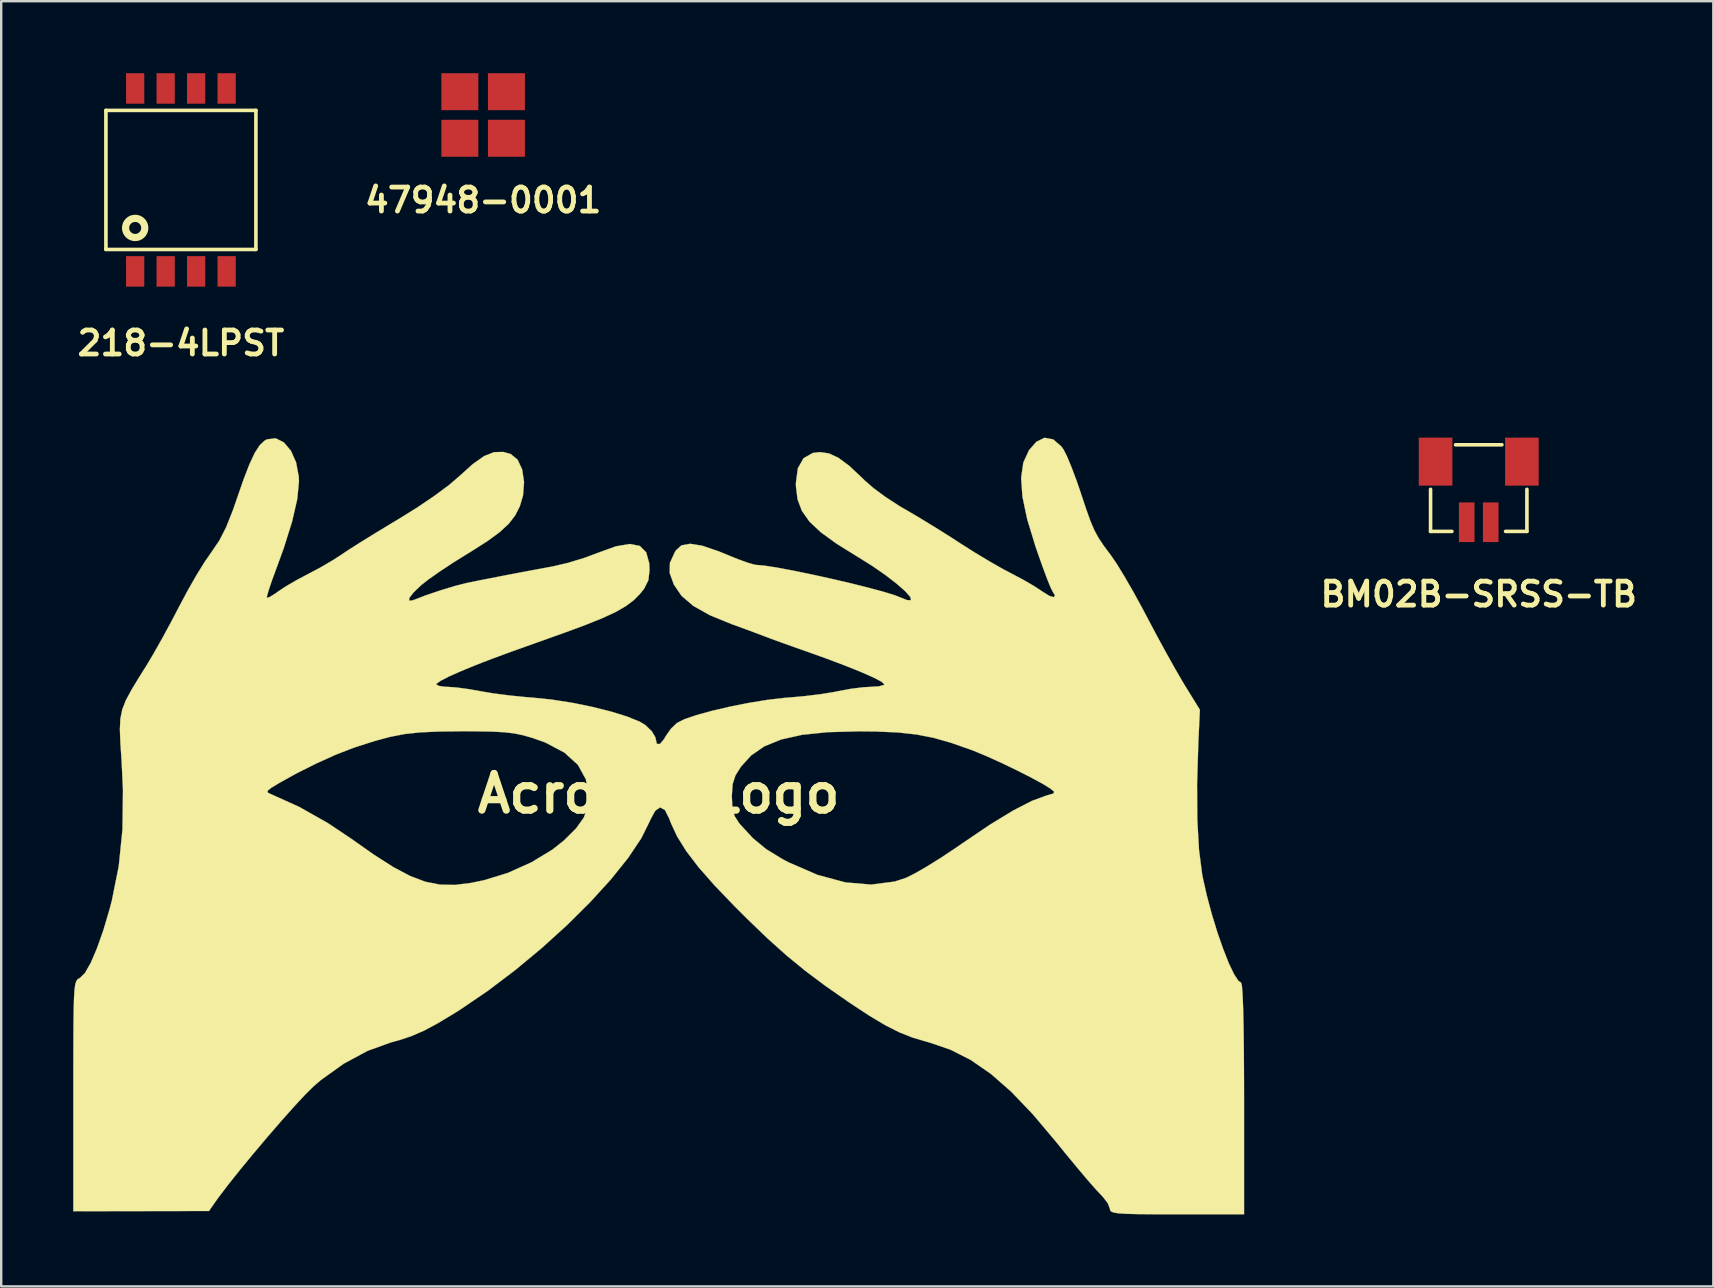
<source format=kicad_pcb>
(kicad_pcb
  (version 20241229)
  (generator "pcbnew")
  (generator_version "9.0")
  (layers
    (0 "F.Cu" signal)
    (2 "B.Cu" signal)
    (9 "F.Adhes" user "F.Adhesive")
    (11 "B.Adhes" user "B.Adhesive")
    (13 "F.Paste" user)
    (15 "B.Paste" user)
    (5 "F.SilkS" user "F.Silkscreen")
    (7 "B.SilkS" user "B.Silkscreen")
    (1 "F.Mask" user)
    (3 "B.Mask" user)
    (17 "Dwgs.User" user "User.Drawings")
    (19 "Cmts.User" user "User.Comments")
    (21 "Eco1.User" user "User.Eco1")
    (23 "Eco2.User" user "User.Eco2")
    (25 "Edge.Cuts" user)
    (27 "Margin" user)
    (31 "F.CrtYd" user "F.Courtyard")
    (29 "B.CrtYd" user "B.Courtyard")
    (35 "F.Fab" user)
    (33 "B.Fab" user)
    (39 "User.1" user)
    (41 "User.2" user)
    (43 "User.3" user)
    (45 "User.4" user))
  (footprint "BM02B-SRSS-TB"
    (layer "F.Cu")
    (at 58.549 18.705)
    (property "Reference" "BM02B-SRSS-TB" (at 0 3 0) (layer "F.SilkS") (effects (font (size 1 1) (thickness 0.2))))
    (attr through_hole)
    (fp_line (start -2.007 0.381) (end -2.007 -1.372) (stroke (width 0.15) (type solid)) (layer "F.SilkS"))
    (fp_line (start -2.007 0.381) (end -1.118 0.381) (stroke (width 0.15) (type solid)) (layer "F.SilkS"))
    (fp_line (start -0.965 -3.226) (end 0.965 -3.226) (stroke (width 0.15) (type solid)) (layer "F.SilkS"))
    (fp_line (start 2.007 0.381) (end 1.118 0.381) (stroke (width 0.15) (type solid)) (layer "F.SilkS"))
    (fp_line (start 2.007 0.381) (end 2.007 -1.372) (stroke (width 0.15) (type solid)) (layer "F.SilkS"))
    (pad "" smd rect (at -1.798 -2.525) (size 1.4 1.999) (layers "F.Cu" "F.Mask" "F.Paste"))
    (pad "" smd rect (at 1.798 -2.525) (size 1.4 1.999) (layers "F.Cu" "F.Mask" "F.Paste"))
    (pad "1" smd rect (at -0.5 0) (size 0.65 1.651) (layers "F.Cu" "F.Mask" "F.Paste"))
    (pad "2" smd rect (at 0.5 0) (size 0.65 1.651) (layers "F.Cu" "F.Mask" "F.Paste")))
  (footprint "218-4LPST"
    (layer "F.Cu")
    (at 4.486 4.445)
    (property "Reference" "218-4LPST" (at 0 6.8 0) (layer "F.SilkS") (effects (font (size 1 1) (thickness 0.2))))
    (attr through_hole)
    (fp_line (start -3.124 -2.896) (end 3.124 -2.896) (stroke (width 0.15) (type solid)) (layer "F.SilkS"))
    (fp_line (start -3.124 2.896) (end -3.124 -2.896) (stroke (width 0.15) (type solid)) (layer "F.SilkS"))
    (fp_line (start 3.124 -2.896) (end 3.124 2.896) (stroke (width 0.15) (type solid)) (layer "F.SilkS"))
    (fp_line (start 3.124 2.896) (end -3.124 2.896) (stroke (width 0.15) (type solid)) (layer "F.SilkS"))
    (fp_circle (center -1.905 2) (end -1.905 1.6) (stroke (width 0.3) (type solid)) (fill no) (layer "F.SilkS"))
    (pad "1" smd rect (at -1.905 3.81) (size 0.759 1.27) (layers "F.Cu" "F.Mask" "F.Paste"))
    (pad "2" smd rect (at -0.635 3.81) (size 0.759 1.27) (layers "F.Cu" "F.Mask" "F.Paste"))
    (pad "3" smd rect (at 0.635 3.81) (size 0.759 1.27) (layers "F.Cu" "F.Mask" "F.Paste"))
    (pad "4" smd rect (at 1.905 3.81) (size 0.759 1.27) (layers "F.Cu" "F.Mask" "F.Paste"))
    (pad "5" smd rect (at 1.905 -3.81) (size 0.759 1.27) (layers "F.Cu" "F.Mask" "F.Paste"))
    (pad "6" smd rect (at 0.635 -3.81) (size 0.759 1.27) (layers "F.Cu" "F.Mask" "F.Paste"))
    (pad "7" smd rect (at -0.635 -3.81) (size 0.759 1.27) (layers "F.Cu" "F.Mask" "F.Paste"))
    (pad "8" smd rect (at -1.905 -3.81) (size 0.759 1.27) (layers "F.Cu" "F.Mask" "F.Paste")))
  (footprint "47948-0001"
    (layer "F.Cu")
    (at 17.076 1.74)
    (property "Reference" "47948-0001" (at 0 3.55 0) (layer "F.SilkS") (effects (font (size 1 1) (thickness 0.2))))
    (attr through_hole)
    (pad "1" smd rect (at 0.97 0.97) (size 1.54 1.54) (layers "F.Cu" "F.Mask" "F.Paste"))
    (pad "2" smd rect (at 0.97 -0.97) (size 1.54 1.54) (layers "F.Cu" "F.Mask" "F.Paste"))
    (pad "3" smd rect (at -0.97 -0.97) (size 1.54 1.54) (layers "F.Cu" "F.Mask" "F.Paste"))
    (pad "4" smd rect (at -0.97 0.97) (size 1.54 1.54) (layers "F.Cu" "F.Mask" "F.Paste")))
  (footprint "Acronet_Logo"
    (layer "F.Cu")
    (at 24.389 30.007)
    (property "Reference" "Acronet_Logo" (at 0 0 0) (layer "F.SilkS") (effects (font (size 1.524 1.524) (thickness 0.3))))
    (attr through_hole)
    (fp_poly (pts (xy 16.433 -14.754) (xy 16.772 -14.462) (xy 16.874 -14.315) (xy 17.02 -14.022) (xy 17.212 -13.556) (xy 17.423 -12.99) (xy 17.576 -12.541) (xy 17.804 -11.857) (xy 17.984 -11.354) (xy 18.147 -10.972) (xy 18.322 -10.649) (xy 18.538 -10.326) (xy 18.825 -9.941) (xy 18.841 -9.92) (xy 19.083 -9.565) (xy 19.404 -9.041) (xy 19.769 -8.408) (xy 20.145 -7.722) (xy 20.326 -7.38) (xy 20.709 -6.655) (xy 21.11 -5.917) (xy 21.491 -5.235) (xy 21.812 -4.681) (xy 21.916 -4.508) (xy 22.543 -3.493) (xy 22.479 -2.095) (xy 22.427 -0.391) (xy 22.437 1.094) (xy 22.508 2.349) (xy 22.639 3.366) (xy 22.663 3.493) (xy 22.832 4.245) (xy 23.039 5.018) (xy 23.27 5.772) (xy 23.511 6.466) (xy 23.747 7.063) (xy 23.965 7.521) (xy 24.149 7.803) (xy 24.26 7.874) (xy 24.294 7.999) (xy 24.323 8.368) (xy 24.347 8.971) (xy 24.365 9.797) (xy 24.377 10.837) (xy 24.383 12.079) (xy 24.384 12.7) (xy 24.384 17.526) (xy 21.59 17.526) (xy 20.678 17.525) (xy 19.988 17.519) (xy 19.491 17.507) (xy 19.154 17.486) (xy 18.948 17.453) (xy 18.84 17.406) (xy 18.8 17.342) (xy 18.796 17.296) (xy 18.709 17.069) (xy 18.49 16.782) (xy 18.402 16.693) (xy 18.195 16.473) (xy 17.864 16.094) (xy 17.444 15.597) (xy 16.969 15.022) (xy 16.547 14.501) (xy 15.58 13.355) (xy 14.686 12.42) (xy 13.836 11.676) (xy 13.003 11.1) (xy 12.159 10.671) (xy 11.276 10.368) (xy 11.162 10.338) (xy 10.58 10.166) (xy 10.023 9.946) (xy 9.437 9.649) (xy 8.766 9.248) (xy 7.955 8.715) (xy 7.937 8.702) (xy 6.968 8.028) (xy 6.12 7.394) (xy 5.331 6.749) (xy 4.539 6.04) (xy 3.682 5.215) (xy 3.175 4.709) (xy 2.327 3.826) (xy 1.658 3.065) (xy 1.146 2.395) (xy 0.767 1.786) (xy 0.499 1.206) (xy 0.442 1.05) (xy 0.261 0.687) (xy 0.062 0.576) (xy -0.146 0.714) (xy -0.353 1.102) (xy -0.372 1.15) (xy -0.727 1.866) (xy -1.275 2.683) (xy -1.99 3.574) (xy -2.845 4.513) (xy -3.812 5.474) (xy -4.864 6.429) (xy -5.976 7.353) (xy -7.121 8.219) (xy -8.27 9.001) (xy -8.526 9.162) (xy -9.215 9.576) (xy -9.775 9.876) (xy -10.283 10.097) (xy -10.817 10.274) (xy -11.164 10.369) (xy -12.128 10.718) (xy -13.122 11.253) (xy -14.07 11.932) (xy -14.381 12.199) (xy -14.713 12.527) (xy -15.165 13.013) (xy -15.7 13.613) (xy -16.281 14.284) (xy -16.871 14.983) (xy -17.434 15.666) (xy -17.933 16.292) (xy -18.331 16.816) (xy -18.479 17.022) (xy -18.733 17.389) (xy -21.558 17.394) (xy -24.384 17.399) (xy -24.384 12.603) (xy -24.384 11.374) (xy -24.382 10.375) (xy -24.378 9.581) (xy -24.369 8.967) (xy -24.355 8.509) (xy -24.335 8.183) (xy -24.306 7.964) (xy -24.267 7.827) (xy -24.218 7.749) (xy -24.156 7.704) (xy -24.11 7.682) (xy -23.902 7.477) (xy -23.661 7.056) (xy -23.401 6.45) (xy -23.134 5.694) (xy -22.875 4.819) (xy -22.781 4.461) (xy -22.492 3.023) (xy -22.338 1.501) (xy -22.317 -0.114) (xy -16.296 -0.114) (xy -16.279 -0.036) (xy -16.122 0.038) (xy -16.118 0.039) (xy -14.97 0.558) (xy -13.777 1.232) (xy -12.817 1.875) (xy -11.86 2.548) (xy -11.052 3.064) (xy -10.351 3.435) (xy -9.718 3.674) (xy -9.113 3.793) (xy -8.496 3.806) (xy -7.825 3.723) (xy -7.279 3.611) (xy -6.284 3.305) (xy -5.304 2.865) (xy -4.428 2.335) (xy -3.95 1.956) (xy -3.439 1.449) (xy -3.119 0.999) (xy -2.958 0.546) (xy -2.922 0.136) (xy 3.048 0.136) (xy 3.07 0.606) (xy 3.159 0.934) (xy 3.348 1.228) (xy 3.397 1.288) (xy 3.927 1.862) (xy 4.483 2.319) (xy 5.159 2.732) (xy 5.415 2.867) (xy 6.624 3.39) (xy 7.775 3.7) (xy 8.851 3.792) (xy 9.833 3.665) (xy 10.313 3.506) (xy 10.677 3.325) (xy 11.188 3.029) (xy 11.788 2.654) (xy 12.417 2.235) (xy 12.662 2.065) (xy 13.788 1.303) (xy 14.749 0.716) (xy 15.54 0.308) (xy 16.158 0.08) (xy 16.192 0.071) (xy 16.444 -0.001) (xy 16.475 -0.077) (xy 16.328 -0.2) (xy 16.01 -0.398) (xy 15.521 -0.664) (xy 14.925 -0.966) (xy 14.285 -1.274) (xy 13.665 -1.555) (xy 13.128 -1.779) (xy 13.018 -1.821) (xy 12.188 -2.112) (xy 11.45 -2.322) (xy 10.732 -2.462) (xy 9.958 -2.546) (xy 9.056 -2.585) (xy 8.319 -2.592) (xy 7.036 -2.557) (xy 5.972 -2.447) (xy 5.103 -2.253) (xy 4.403 -1.968) (xy 3.847 -1.585) (xy 3.427 -1.12) (xy 3.194 -0.749) (xy 3.081 -0.394) (xy 3.048 0.071) (xy 3.048 0.136) (xy -2.922 0.136) (xy -2.921 0.121) (xy -3.032 -0.589) (xy -3.366 -1.197) (xy -3.929 -1.708) (xy -4.724 -2.127) (xy -5.263 -2.319) (xy -5.642 -2.427) (xy -6.01 -2.504) (xy -6.421 -2.553) (xy -6.933 -2.581) (xy -7.6 -2.593) (xy -8.255 -2.594) (xy -9.183 -2.583) (xy -9.931 -2.549) (xy -10.57 -2.481) (xy -11.173 -2.366) (xy -11.814 -2.195) (xy -12.564 -1.955) (xy -12.719 -1.903) (xy -13.425 -1.631) (xy -14.247 -1.261) (xy -15.094 -0.837) (xy -15.8 -0.445) (xy -16.145 -0.237) (xy -16.296 -0.114) (xy -22.317 -0.114) (xy -22.317 -0.156) (xy -22.373 -1.345) (xy -22.423 -2.096) (xy -22.445 -2.666) (xy -22.425 -3.115) (xy -22.346 -3.503) (xy -22.193 -3.893) (xy -21.949 -4.343) (xy -21.6 -4.915) (xy -21.338 -5.332) (xy -21.041 -5.831) (xy -20.678 -6.473) (xy -20.298 -7.174) (xy -19.963 -7.815) (xy -19.618 -8.462) (xy -19.254 -9.099) (xy -18.912 -9.652) (xy -18.635 -10.051) (xy -18.631 -10.057) (xy -18.307 -10.532) (xy -18.02 -11.092) (xy -17.737 -11.804) (xy -17.596 -12.211) (xy -17.296 -13.077) (xy -17.044 -13.729) (xy -16.824 -14.196) (xy -16.622 -14.509) (xy -16.421 -14.698) (xy -16.32 -14.755) (xy -15.956 -14.8) (xy -15.614 -14.629) (xy -15.32 -14.281) (xy -15.104 -13.793) (xy -14.994 -13.203) (xy -14.986 -12.99) (xy -15.057 -12.265) (xy -15.269 -11.339) (xy -15.619 -10.221) (xy -15.917 -9.404) (xy -16.104 -8.897) (xy -16.243 -8.485) (xy -16.318 -8.222) (xy -16.324 -8.153) (xy -16.201 -8.19) (xy -15.956 -8.343) (xy -15.852 -8.419) (xy -15.516 -8.64) (xy -15.055 -8.908) (xy -14.605 -9.145) (xy -14.085 -9.421) (xy -13.563 -9.727) (xy -13.208 -9.958) (xy -12.898 -10.165) (xy -12.423 -10.466) (xy -11.837 -10.829) (xy -11.192 -11.22) (xy -10.858 -11.42) (xy -10.064 -11.913) (xy -9.335 -12.407) (xy -8.725 -12.86) (xy -8.319 -13.209) (xy -7.74 -13.729) (xy -7.267 -14.061) (xy -6.858 -14.222) (xy -6.472 -14.231) (xy -6.165 -14.145) (xy -5.877 -13.908) (xy -5.687 -13.498) (xy -5.609 -12.978) (xy -5.652 -12.414) (xy -5.785 -11.966) (xy -5.978 -11.587) (xy -6.243 -11.242) (xy -6.617 -10.896) (xy -7.138 -10.514) (xy -7.844 -10.064) (xy -8.001 -9.969) (xy -8.582 -9.607) (xy -9.138 -9.239) (xy -9.601 -8.912) (xy -9.874 -8.699) (xy -10.2 -8.39) (xy -10.381 -8.16) (xy -10.402 -8.036) (xy -10.249 -8.047) (xy -10.192 -8.069) (xy -9.689 -8.263) (xy -9.073 -8.47) (xy -8.463 -8.654) (xy -8.001 -8.771) (xy -7.413 -8.891) (xy -6.651 -9.04) (xy -5.791 -9.205) (xy -4.909 -9.37) (xy -4.425 -9.459) (xy -3.782 -9.609) (xy -3.078 -9.823) (xy -2.539 -10.025) (xy -1.783 -10.299) (xy -1.203 -10.397) (xy -0.786 -10.315) (xy -0.521 -10.049) (xy -0.395 -9.596) (xy -0.381 -9.311) (xy -0.43 -8.886) (xy -0.611 -8.527) (xy -0.782 -8.315) (xy -1.045 -8.051) (xy -1.367 -7.809) (xy -1.783 -7.569) (xy -2.328 -7.315) (xy -3.037 -7.029) (xy -3.945 -6.693) (xy -4.213 -6.598) (xy -5.153 -6.263) (xy -5.895 -5.998) (xy -6.478 -5.787) (xy -6.944 -5.614) (xy -7.332 -5.466) (xy -7.685 -5.326) (xy -8.042 -5.179) (xy -8.306 -5.069) (xy -8.75 -4.87) (xy -9.086 -4.696) (xy -9.259 -4.576) (xy -9.271 -4.554) (xy -9.159 -4.484) (xy -8.88 -4.447) (xy -8.795 -4.445) (xy -8.421 -4.419) (xy -7.915 -4.351) (xy -7.429 -4.264) (xy -6.888 -4.173) (xy -6.21 -4.086) (xy -5.514 -4.016) (xy -5.271 -3.998) (xy -4.471 -3.917) (xy -3.621 -3.785) (xy -2.775 -3.613) (xy -1.986 -3.416) (xy -1.307 -3.205) (xy -0.791 -2.995) (xy -0.559 -2.857) (xy -0.289 -2.596) (xy -0.138 -2.345) (xy -0.127 -2.28) (xy -0.074 -2.066) (xy 0.058 -2.069) (xy 0.231 -2.279) (xy 0.279 -2.37) (xy 0.51 -2.702) (xy 0.762 -2.942) (xy 1.069 -3.096) (xy 1.575 -3.269) (xy 2.226 -3.448) (xy 2.969 -3.621) (xy 3.75 -3.776) (xy 4.515 -3.901) (xy 5.211 -3.983) (xy 5.397 -3.998) (xy 6.054 -4.056) (xy 6.722 -4.137) (xy 7.291 -4.228) (xy 7.469 -4.264) (xy 8 -4.363) (xy 8.53 -4.429) (xy 8.834 -4.445) (xy 9.173 -4.467) (xy 9.374 -4.523) (xy 9.398 -4.554) (xy 9.282 -4.66) (xy 8.953 -4.832) (xy 8.438 -5.06) (xy 7.767 -5.33) (xy 6.967 -5.631) (xy 6.223 -5.897) (xy 5.63 -6.106) (xy 5.081 -6.303) (xy 4.647 -6.461) (xy 4.445 -6.538) (xy 4.105 -6.667) (xy 3.625 -6.845) (xy 3.101 -7.036) (xy 3.048 -7.055) (xy 2.132 -7.429) (xy 1.442 -7.817) (xy 0.951 -8.236) (xy 0.632 -8.705) (xy 0.456 -9.192) (xy 0.468 -9.61) (xy 0.676 -10.065) (xy 0.715 -10.128) (xy 0.949 -10.34) (xy 1.31 -10.405) (xy 1.82 -10.323) (xy 2.502 -10.09) (xy 2.794 -9.97) (xy 3.288 -9.769) (xy 3.713 -9.615) (xy 4.001 -9.533) (xy 4.062 -9.525) (xy 4.409 -9.494) (xy 4.947 -9.41) (xy 5.624 -9.283) (xy 6.392 -9.125) (xy 7.201 -8.946) (xy 8 -8.76) (xy 8.74 -8.575) (xy 9.371 -8.405) (xy 9.843 -8.259) (xy 10.077 -8.166) (xy 10.346 -8.059) (xy 10.506 -8.052) (xy 10.51 -8.055) (xy 10.481 -8.19) (xy 10.271 -8.428) (xy 9.915 -8.741) (xy 9.448 -9.101) (xy 8.907 -9.477) (xy 8.326 -9.841) (xy 8.293 -9.86) (xy 7.419 -10.402) (xy 6.756 -10.882) (xy 6.279 -11.33) (xy 5.964 -11.777) (xy 5.785 -12.252) (xy 5.718 -12.786) (xy 5.715 -12.933) (xy 5.795 -13.546) (xy 6.032 -13.967) (xy 6.422 -14.189) (xy 6.716 -14.224) (xy 7.091 -14.17) (xy 7.481 -13.99) (xy 7.929 -13.659) (xy 8.474 -13.15) (xy 8.578 -13.046) (xy 8.946 -12.725) (xy 9.453 -12.351) (xy 10.01 -11.989) (xy 10.229 -11.86) (xy 10.823 -11.512) (xy 11.519 -11.088) (xy 12.209 -10.654) (xy 12.551 -10.432) (xy 13.154 -10.048) (xy 13.791 -9.666) (xy 14.369 -9.337) (xy 14.668 -9.18) (xy 15.165 -8.918) (xy 15.629 -8.649) (xy 15.965 -8.429) (xy 15.979 -8.419) (xy 16.27 -8.236) (xy 16.461 -8.181) (xy 16.508 -8.255) (xy 16.413 -8.411) (xy 16.326 -8.585) (xy 16.177 -8.952) (xy 15.987 -9.464) (xy 15.772 -10.072) (xy 15.696 -10.294) (xy 15.351 -11.425) (xy 15.152 -12.369) (xy 15.097 -13.149) (xy 15.188 -13.786) (xy 15.425 -14.302) (xy 15.73 -14.652) (xy 16.073 -14.821) (xy 16.433 -14.754)) (stroke (width 0.01) (type solid)) (fill yes) (layer "F.SilkS")))
  (gr_rect
    (start -3 -3)
    (end 68.321 50.538)
    (stroke (width 0.1) (type default))
    (fill no)
    (layer "Edge.Cuts")))
</source>
